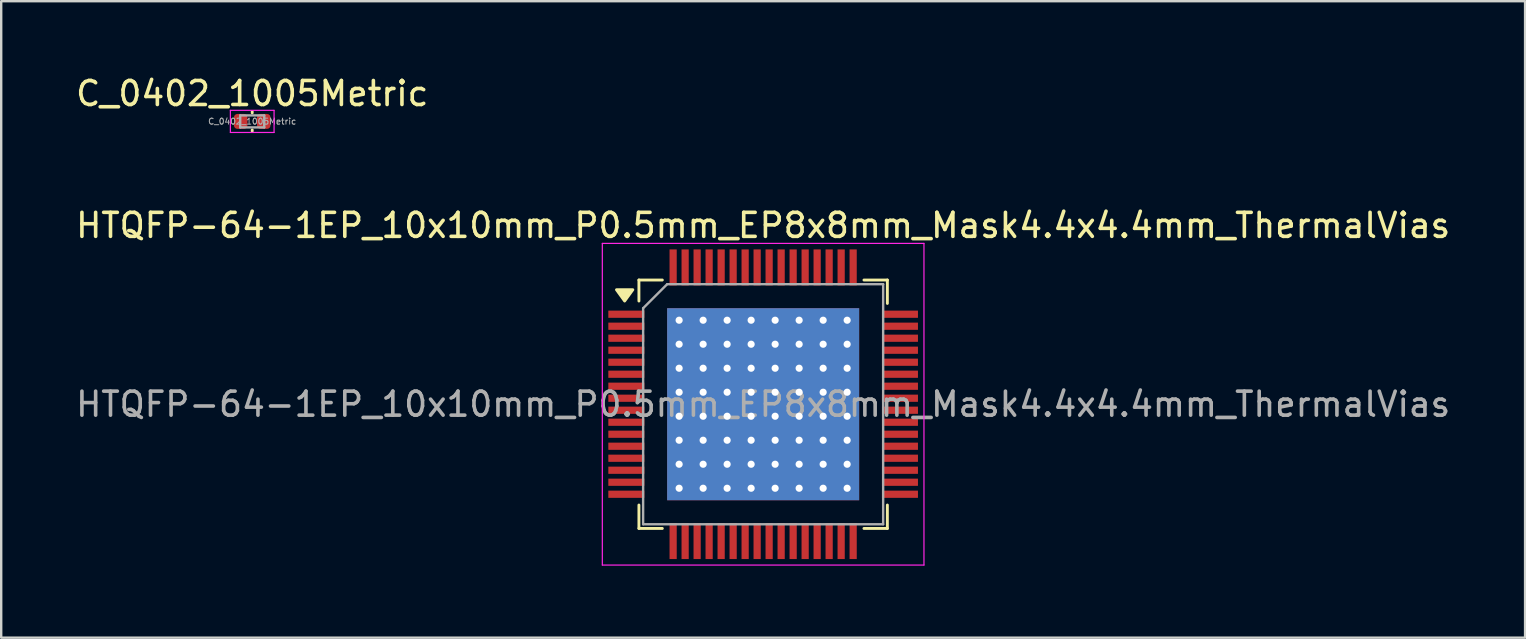
<source format=kicad_pcb>
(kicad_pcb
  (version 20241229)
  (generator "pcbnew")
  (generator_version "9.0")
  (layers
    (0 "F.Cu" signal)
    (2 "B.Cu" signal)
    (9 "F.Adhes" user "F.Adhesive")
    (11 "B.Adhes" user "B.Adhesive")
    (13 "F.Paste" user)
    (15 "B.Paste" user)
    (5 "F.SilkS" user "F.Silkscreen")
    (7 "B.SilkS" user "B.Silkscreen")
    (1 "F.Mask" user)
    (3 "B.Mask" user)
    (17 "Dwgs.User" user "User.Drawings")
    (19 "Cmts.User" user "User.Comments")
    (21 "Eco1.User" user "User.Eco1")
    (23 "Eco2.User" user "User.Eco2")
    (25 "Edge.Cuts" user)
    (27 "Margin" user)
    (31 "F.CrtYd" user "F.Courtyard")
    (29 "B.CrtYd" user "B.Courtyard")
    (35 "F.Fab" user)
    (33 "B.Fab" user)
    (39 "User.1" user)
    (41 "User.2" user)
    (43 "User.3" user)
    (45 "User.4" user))
  (footprint "C_0402_1005Metric"
    (layer "F.Cu")
    (at 7.458 2.008)
    (property "Reference" "C_0402_1005Metric" (at 0 -1.16 0) (layer "F.SilkS") (effects (font (size 1 1) (thickness 0.15))))
    (attr smd)
    (fp_line (start 0 -0.356) (end 0 -0.406) (stroke (width 0.12) (type solid)) (layer "F.SilkS"))
    (fp_line (start 0 0.406) (end 0 0.356) (stroke (width 0.12) (type solid)) (layer "F.SilkS"))
    (fp_line (start -0.91 -0.46) (end 0.91 -0.46) (stroke (width 0.05) (type solid)) (layer "F.CrtYd"))
    (fp_line (start -0.91 0.46) (end -0.91 -0.46) (stroke (width 0.05) (type solid)) (layer "F.CrtYd"))
    (fp_line (start 0.91 -0.46) (end 0.91 0.46) (stroke (width 0.05) (type solid)) (layer "F.CrtYd"))
    (fp_line (start 0.91 0.46) (end -0.91 0.46) (stroke (width 0.05) (type solid)) (layer "F.CrtYd"))
    (fp_line (start -0.5 -0.25) (end 0.5 -0.25) (stroke (width 0.1) (type solid)) (layer "F.Fab"))
    (fp_line (start -0.5 0.25) (end -0.5 -0.25) (stroke (width 0.1) (type solid)) (layer "F.Fab"))
    (fp_line (start 0.5 -0.25) (end 0.5 0.25) (stroke (width 0.1) (type solid)) (layer "F.Fab"))
    (fp_line (start 0.5 0.25) (end -0.5 0.25) (stroke (width 0.1) (type solid)) (layer "F.Fab"))
    (fp_text user "${REFERENCE}" (at 0 0 0) (layer "F.Fab") (effects (font (size 0.25 0.25) (thickness 0.04))))
    (pad "1" smd roundrect (at -0.48 0) (size 0.56 0.62) (layers "F.Cu" "F.Mask" "F.Paste") (roundrect_rratio 0.25))
    (pad "2" smd roundrect (at 0.48 0) (size 0.56 0.62) (layers "F.Cu" "F.Mask" "F.Paste") (roundrect_rratio 0.25)))
  (footprint "HTQFP-64-1EP_10x10mm_P0.5mm_EP8x8mm_Mask4.4x4.4mm_ThermalVias"
    (layer "F.Cu")
    (at 28.744 13.791)
    (property "Reference" "HTQFP-64-1EP_10x10mm_P0.5mm_EP8x8mm_Mask4.4x4.4mm_ThermalVias" (at 0 -7.45 0) (layer "F.SilkS") (effects (font (size 1 1) (thickness 0.15))))
    (attr smd)
    (fp_line (start -5.175 -5.175) (end -5.175 -4.3) (stroke (width 0.12) (type solid)) (layer "F.SilkS"))
    (fp_line (start -5.175 -5.175) (end -4.2 -5.175) (stroke (width 0.12) (type solid)) (layer "F.SilkS"))
    (fp_line (start -5.175 5.175) (end -5.175 4.2) (stroke (width 0.12) (type solid)) (layer "F.SilkS"))
    (fp_line (start -5.175 5.175) (end -4.2 5.175) (stroke (width 0.12) (type solid)) (layer "F.SilkS"))
    (fp_line (start 5.175 -5.175) (end 4.2 -5.175) (stroke (width 0.12) (type solid)) (layer "F.SilkS"))
    (fp_line (start 5.175 -5.175) (end 5.175 -4.2) (stroke (width 0.12) (type solid)) (layer "F.SilkS"))
    (fp_line (start 5.175 5.175) (end 4.2 5.175) (stroke (width 0.12) (type solid)) (layer "F.SilkS"))
    (fp_line (start 5.175 5.175) (end 5.175 4.2) (stroke (width 0.12) (type solid)) (layer "F.SilkS"))
    (fp_poly (pts (xy -5.77 -4.3) (xy -6.11 -4.77) (xy -5.43 -4.77) (xy -5.77 -4.3)) (stroke (width 0.12) (type solid)) (fill yes) (layer "F.SilkS"))
    (fp_line (start -6.7 -6.7) (end -6.7 6.7) (stroke (width 0.05) (type solid)) (layer "F.CrtYd"))
    (fp_line (start -6.7 -6.7) (end 6.7 -6.7) (stroke (width 0.05) (type solid)) (layer "F.CrtYd"))
    (fp_line (start -6.7 6.7) (end 6.7 6.7) (stroke (width 0.05) (type solid)) (layer "F.CrtYd"))
    (fp_line (start 6.7 -6.7) (end 6.7 6.7) (stroke (width 0.05) (type solid)) (layer "F.CrtYd"))
    (fp_line (start -5 -4) (end -4 -5) (stroke (width 0.1) (type solid)) (layer "F.Fab"))
    (fp_line (start -5 5) (end -5 -4) (stroke (width 0.1) (type solid)) (layer "F.Fab"))
    (fp_line (start -4 -5) (end 5 -5) (stroke (width 0.1) (type solid)) (layer "F.Fab"))
    (fp_line (start 5 -5) (end 5 5) (stroke (width 0.1) (type solid)) (layer "F.Fab"))
    (fp_line (start 5 5) (end -5 5) (stroke (width 0.1) (type solid)) (layer "F.Fab"))
    (fp_text user "${REFERENCE}" (at 0 0 0) (layer "F.Fab") (effects (font (size 1 1) (thickness 0.15))))
    (pad "" smd rect (at -1.1 -1.1 180) (size 1.75 1.75) (layers "F.Paste"))
    (pad "" smd rect (at -1.1 1.1 180) (size 1.75 1.75) (layers "F.Paste"))
    (pad "" smd rect (at 0 0 180) (size 4.4 4.4) (layers "F.Mask"))
    (pad "" smd rect (at 1.1 -1.1 180) (size 1.75 1.75) (layers "F.Paste"))
    (pad "" smd rect (at 1.1 1.1 180) (size 1.75 1.75) (layers "F.Paste"))
    (pad "1" smd rect (at -5.7 -3.75) (size 1.5 0.3) (layers "F.Cu" "F.Mask" "F.Paste"))
    (pad "2" smd rect (at -5.7 -3.25) (size 1.5 0.3) (layers "F.Cu" "F.Mask" "F.Paste"))
    (pad "3" smd rect (at -5.7 -2.75) (size 1.5 0.3) (layers "F.Cu" "F.Mask" "F.Paste"))
    (pad "4" smd rect (at -5.7 -2.25) (size 1.5 0.3) (layers "F.Cu" "F.Mask" "F.Paste"))
    (pad "5" smd rect (at -5.7 -1.75) (size 1.5 0.3) (layers "F.Cu" "F.Mask" "F.Paste"))
    (pad "6" smd rect (at -5.7 -1.25) (size 1.5 0.3) (layers "F.Cu" "F.Mask" "F.Paste"))
    (pad "7" smd rect (at -5.7 -0.75) (size 1.5 0.3) (layers "F.Cu" "F.Mask" "F.Paste"))
    (pad "8" smd rect (at -5.7 -0.25) (size 1.5 0.3) (layers "F.Cu" "F.Mask" "F.Paste"))
    (pad "9" smd rect (at -5.7 0.25) (size 1.5 0.3) (layers "F.Cu" "F.Mask" "F.Paste"))
    (pad "10" smd rect (at -5.7 0.75) (size 1.5 0.3) (layers "F.Cu" "F.Mask" "F.Paste"))
    (pad "11" smd rect (at -5.7 1.25) (size 1.5 0.3) (layers "F.Cu" "F.Mask" "F.Paste"))
    (pad "12" smd rect (at -5.7 1.75) (size 1.5 0.3) (layers "F.Cu" "F.Mask" "F.Paste"))
    (pad "13" smd rect (at -5.7 2.25) (size 1.5 0.3) (layers "F.Cu" "F.Mask" "F.Paste"))
    (pad "14" smd rect (at -5.7 2.75) (size 1.5 0.3) (layers "F.Cu" "F.Mask" "F.Paste"))
    (pad "15" smd rect (at -5.7 3.25) (size 1.5 0.3) (layers "F.Cu" "F.Mask" "F.Paste"))
    (pad "16" smd rect (at -5.7 3.75) (size 1.5 0.3) (layers "F.Cu" "F.Mask" "F.Paste"))
    (pad "17" smd rect (at -3.75 5.7 90) (size 1.5 0.3) (layers "F.Cu" "F.Mask" "F.Paste"))
    (pad "18" smd rect (at -3.25 5.7 90) (size 1.5 0.3) (layers "F.Cu" "F.Mask" "F.Paste"))
    (pad "19" smd rect (at -2.75 5.7 90) (size 1.5 0.3) (layers "F.Cu" "F.Mask" "F.Paste"))
    (pad "20" smd rect (at -2.25 5.7 90) (size 1.5 0.3) (layers "F.Cu" "F.Mask" "F.Paste"))
    (pad "21" smd rect (at -1.75 5.7 90) (size 1.5 0.3) (layers "F.Cu" "F.Mask" "F.Paste"))
    (pad "22" smd rect (at -1.25 5.7 90) (size 1.5 0.3) (layers "F.Cu" "F.Mask" "F.Paste"))
    (pad "23" smd rect (at -0.75 5.7 90) (size 1.5 0.3) (layers "F.Cu" "F.Mask" "F.Paste"))
    (pad "24" smd rect (at -0.25 5.7 90) (size 1.5 0.3) (layers "F.Cu" "F.Mask" "F.Paste"))
    (pad "25" smd rect (at 0.25 5.7 90) (size 1.5 0.3) (layers "F.Cu" "F.Mask" "F.Paste"))
    (pad "26" smd rect (at 0.75 5.7 90) (size 1.5 0.3) (layers "F.Cu" "F.Mask" "F.Paste"))
    (pad "27" smd rect (at 1.25 5.7 90) (size 1.5 0.3) (layers "F.Cu" "F.Mask" "F.Paste"))
    (pad "28" smd rect (at 1.75 5.7 90) (size 1.5 0.3) (layers "F.Cu" "F.Mask" "F.Paste"))
    (pad "29" smd rect (at 2.25 5.7 90) (size 1.5 0.3) (layers "F.Cu" "F.Mask" "F.Paste"))
    (pad "30" smd rect (at 2.75 5.7 90) (size 1.5 0.3) (layers "F.Cu" "F.Mask" "F.Paste"))
    (pad "31" smd rect (at 3.25 5.7 90) (size 1.5 0.3) (layers "F.Cu" "F.Mask" "F.Paste"))
    (pad "32" smd rect (at 3.75 5.7 90) (size 1.5 0.3) (layers "F.Cu" "F.Mask" "F.Paste"))
    (pad "33" smd rect (at 5.7 3.75) (size 1.5 0.3) (layers "F.Cu" "F.Mask" "F.Paste"))
    (pad "34" smd rect (at 5.7 3.25) (size 1.5 0.3) (layers "F.Cu" "F.Mask" "F.Paste"))
    (pad "35" smd rect (at 5.7 2.75) (size 1.5 0.3) (layers "F.Cu" "F.Mask" "F.Paste"))
    (pad "36" smd rect (at 5.7 2.25) (size 1.5 0.3) (layers "F.Cu" "F.Mask" "F.Paste"))
    (pad "37" smd rect (at 5.7 1.75) (size 1.5 0.3) (layers "F.Cu" "F.Mask" "F.Paste"))
    (pad "38" smd rect (at 5.7 1.25) (size 1.5 0.3) (layers "F.Cu" "F.Mask" "F.Paste"))
    (pad "39" smd rect (at 5.7 0.75) (size 1.5 0.3) (layers "F.Cu" "F.Mask" "F.Paste"))
    (pad "40" smd rect (at 5.7 0.25) (size 1.5 0.3) (layers "F.Cu" "F.Mask" "F.Paste"))
    (pad "41" smd rect (at 5.7 -0.25) (size 1.5 0.3) (layers "F.Cu" "F.Mask" "F.Paste"))
    (pad "42" smd rect (at 5.7 -0.75) (size 1.5 0.3) (layers "F.Cu" "F.Mask" "F.Paste"))
    (pad "43" smd rect (at 5.7 -1.25) (size 1.5 0.3) (layers "F.Cu" "F.Mask" "F.Paste"))
    (pad "44" smd rect (at 5.7 -1.75) (size 1.5 0.3) (layers "F.Cu" "F.Mask" "F.Paste"))
    (pad "45" smd rect (at 5.7 -2.25) (size 1.5 0.3) (layers "F.Cu" "F.Mask" "F.Paste"))
    (pad "46" smd rect (at 5.7 -2.75) (size 1.5 0.3) (layers "F.Cu" "F.Mask" "F.Paste"))
    (pad "47" smd rect (at 5.7 -3.25) (size 1.5 0.3) (layers "F.Cu" "F.Mask" "F.Paste"))
    (pad "48" smd rect (at 5.7 -3.75) (size 1.5 0.3) (layers "F.Cu" "F.Mask" "F.Paste"))
    (pad "49" smd rect (at 3.75 -5.7 90) (size 1.5 0.3) (layers "F.Cu" "F.Mask" "F.Paste"))
    (pad "50" smd rect (at 3.25 -5.7 90) (size 1.5 0.3) (layers "F.Cu" "F.Mask" "F.Paste"))
    (pad "51" smd rect (at 2.75 -5.7 90) (size 1.5 0.3) (layers "F.Cu" "F.Mask" "F.Paste"))
    (pad "52" smd rect (at 2.25 -5.7 90) (size 1.5 0.3) (layers "F.Cu" "F.Mask" "F.Paste"))
    (pad "53" smd rect (at 1.75 -5.7 90) (size 1.5 0.3) (layers "F.Cu" "F.Mask" "F.Paste"))
    (pad "54" smd rect (at 1.25 -5.7 90) (size 1.5 0.3) (layers "F.Cu" "F.Mask" "F.Paste"))
    (pad "55" smd rect (at 0.75 -5.7 90) (size 1.5 0.3) (layers "F.Cu" "F.Mask" "F.Paste"))
    (pad "56" smd rect (at 0.25 -5.7 90) (size 1.5 0.3) (layers "F.Cu" "F.Mask" "F.Paste"))
    (pad "57" smd rect (at -0.25 -5.7 90) (size 1.5 0.3) (layers "F.Cu" "F.Mask" "F.Paste"))
    (pad "58" smd rect (at -0.75 -5.7 90) (size 1.5 0.3) (layers "F.Cu" "F.Mask" "F.Paste"))
    (pad "59" smd rect (at -1.25 -5.7 90) (size 1.5 0.3) (layers "F.Cu" "F.Mask" "F.Paste"))
    (pad "60" smd rect (at -1.75 -5.7 90) (size 1.5 0.3) (layers "F.Cu" "F.Mask" "F.Paste"))
    (pad "61" smd rect (at -2.25 -5.7 90) (size 1.5 0.3) (layers "F.Cu" "F.Mask" "F.Paste"))
    (pad "62" smd rect (at -2.75 -5.7 90) (size 1.5 0.3) (layers "F.Cu" "F.Mask" "F.Paste"))
    (pad "63" smd rect (at -3.25 -5.7 90) (size 1.5 0.3) (layers "F.Cu" "F.Mask" "F.Paste"))
    (pad "64" smd rect (at -3.75 -5.7 90) (size 1.5 0.3) (layers "F.Cu" "F.Mask" "F.Paste"))
    (pad "65" thru_hole circle (at -3.5 -3.5 90) (size 0.5 0.5) (drill 0.3) (layers "*.Cu"))
    (pad "65" thru_hole circle (at -3.5 -2.5 90) (size 0.5 0.5) (drill 0.3) (layers "*.Cu"))
    (pad "65" thru_hole circle (at -3.5 -1.5 90) (size 0.5 0.5) (drill 0.3) (layers "*.Cu"))
    (pad "65" thru_hole circle (at -3.5 -0.5 90) (size 0.5 0.5) (drill 0.3) (layers "*.Cu"))
    (pad "65" thru_hole circle (at -3.5 0.5 90) (size 0.5 0.5) (drill 0.3) (layers "*.Cu"))
    (pad "65" thru_hole circle (at -3.5 1.5 90) (size 0.5 0.5) (drill 0.3) (layers "*.Cu"))
    (pad "65" thru_hole circle (at -3.5 2.5 90) (size 0.5 0.5) (drill 0.3) (layers "*.Cu"))
    (pad "65" thru_hole circle (at -3.5 3.5 90) (size 0.5 0.5) (drill 0.3) (layers "*.Cu"))
    (pad "65" thru_hole circle (at -2.5 -3.5 90) (size 0.5 0.5) (drill 0.3) (layers "*.Cu"))
    (pad "65" thru_hole circle (at -2.5 -2.5 90) (size 0.5 0.5) (drill 0.3) (layers "*.Cu"))
    (pad "65" thru_hole circle (at -2.5 -1.5 90) (size 0.5 0.5) (drill 0.3) (layers "*.Cu"))
    (pad "65" thru_hole circle (at -2.5 -0.5 90) (size 0.5 0.5) (drill 0.3) (layers "*.Cu"))
    (pad "65" thru_hole circle (at -2.5 0.5 90) (size 0.5 0.5) (drill 0.3) (layers "*.Cu"))
    (pad "65" thru_hole circle (at -2.5 1.5 90) (size 0.5 0.5) (drill 0.3) (layers "*.Cu"))
    (pad "65" thru_hole circle (at -2.5 2.5 90) (size 0.5 0.5) (drill 0.3) (layers "*.Cu"))
    (pad "65" thru_hole circle (at -2.5 3.5 90) (size 0.5 0.5) (drill 0.3) (layers "*.Cu"))
    (pad "65" thru_hole circle (at -1.5 -3.5 90) (size 0.5 0.5) (drill 0.3) (layers "*.Cu"))
    (pad "65" thru_hole circle (at -1.5 -2.5 90) (size 0.5 0.5) (drill 0.3) (layers "*.Cu"))
    (pad "65" thru_hole circle (at -1.5 -1.5 90) (size 0.5 0.5) (drill 0.3) (layers "*.Cu"))
    (pad "65" thru_hole circle (at -1.5 -0.5 90) (size 0.5 0.5) (drill 0.3) (layers "*.Cu"))
    (pad "65" thru_hole circle (at -1.5 0.5 90) (size 0.5 0.5) (drill 0.3) (layers "*.Cu"))
    (pad "65" thru_hole circle (at -1.5 1.5 90) (size 0.5 0.5) (drill 0.3) (layers "*.Cu"))
    (pad "65" thru_hole circle (at -1.5 2.5 90) (size 0.5 0.5) (drill 0.3) (layers "*.Cu"))
    (pad "65" thru_hole circle (at -1.5 3.5 90) (size 0.5 0.5) (drill 0.3) (layers "*.Cu"))
    (pad "65" thru_hole circle (at -0.5 -3.5 90) (size 0.5 0.5) (drill 0.3) (layers "*.Cu"))
    (pad "65" thru_hole circle (at -0.5 -2.5 90) (size 0.5 0.5) (drill 0.3) (layers "*.Cu"))
    (pad "65" thru_hole circle (at -0.5 -1.5 90) (size 0.5 0.5) (drill 0.3) (layers "*.Cu"))
    (pad "65" thru_hole circle (at -0.5 -0.5 90) (size 0.5 0.5) (drill 0.3) (layers "*.Cu"))
    (pad "65" thru_hole circle (at -0.5 0.5 90) (size 0.5 0.5) (drill 0.3) (layers "*.Cu"))
    (pad "65" thru_hole circle (at -0.5 1.5 90) (size 0.5 0.5) (drill 0.3) (layers "*.Cu"))
    (pad "65" thru_hole circle (at -0.5 2.5 90) (size 0.5 0.5) (drill 0.3) (layers "*.Cu"))
    (pad "65" thru_hole circle (at -0.5 3.5 90) (size 0.5 0.5) (drill 0.3) (layers "*.Cu"))
    (pad "65" smd rect (at 0 0 180) (size 8 8) (layers "F.Cu"))
    (pad "65" smd rect (at 0 0 180) (size 8 8) (layers "B.Cu"))
    (pad "65" thru_hole circle (at 0.5 -3.5 90) (size 0.5 0.5) (drill 0.3) (layers "*.Cu"))
    (pad "65" thru_hole circle (at 0.5 -2.5 90) (size 0.5 0.5) (drill 0.3) (layers "*.Cu"))
    (pad "65" thru_hole circle (at 0.5 -1.5 90) (size 0.5 0.5) (drill 0.3) (layers "*.Cu"))
    (pad "65" thru_hole circle (at 0.5 -0.5 90) (size 0.5 0.5) (drill 0.3) (layers "*.Cu"))
    (pad "65" thru_hole circle (at 0.5 0.5 90) (size 0.5 0.5) (drill 0.3) (layers "*.Cu"))
    (pad "65" thru_hole circle (at 0.5 1.5 90) (size 0.5 0.5) (drill 0.3) (layers "*.Cu"))
    (pad "65" thru_hole circle (at 0.5 2.5 90) (size 0.5 0.5) (drill 0.3) (layers "*.Cu"))
    (pad "65" thru_hole circle (at 0.5 3.5 90) (size 0.5 0.5) (drill 0.3) (layers "*.Cu"))
    (pad "65" thru_hole circle (at 1.5 -3.5 90) (size 0.5 0.5) (drill 0.3) (layers "*.Cu"))
    (pad "65" thru_hole circle (at 1.5 -2.5 90) (size 0.5 0.5) (drill 0.3) (layers "*.Cu"))
    (pad "65" thru_hole circle (at 1.5 -1.5 90) (size 0.5 0.5) (drill 0.3) (layers "*.Cu"))
    (pad "65" thru_hole circle (at 1.5 -0.5 90) (size 0.5 0.5) (drill 0.3) (layers "*.Cu"))
    (pad "65" thru_hole circle (at 1.5 0.5 90) (size 0.5 0.5) (drill 0.3) (layers "*.Cu"))
    (pad "65" thru_hole circle (at 1.5 1.5 90) (size 0.5 0.5) (drill 0.3) (layers "*.Cu"))
    (pad "65" thru_hole circle (at 1.5 2.5 90) (size 0.5 0.5) (drill 0.3) (layers "*.Cu"))
    (pad "65" thru_hole circle (at 1.5 3.5 90) (size 0.5 0.5) (drill 0.3) (layers "*.Cu"))
    (pad "65" thru_hole circle (at 2.5 -3.5 90) (size 0.5 0.5) (drill 0.3) (layers "*.Cu"))
    (pad "65" thru_hole circle (at 2.5 -2.5 90) (size 0.5 0.5) (drill 0.3) (layers "*.Cu"))
    (pad "65" thru_hole circle (at 2.5 -1.5 90) (size 0.5 0.5) (drill 0.3) (layers "*.Cu"))
    (pad "65" thru_hole circle (at 2.5 -0.5 90) (size 0.5 0.5) (drill 0.3) (layers "*.Cu"))
    (pad "65" thru_hole circle (at 2.5 0.5 90) (size 0.5 0.5) (drill 0.3) (layers "*.Cu"))
    (pad "65" thru_hole circle (at 2.5 1.5 90) (size 0.5 0.5) (drill 0.3) (layers "*.Cu"))
    (pad "65" thru_hole circle (at 2.5 2.5 90) (size 0.5 0.5) (drill 0.3) (layers "*.Cu"))
    (pad "65" thru_hole circle (at 2.5 3.5 90) (size 0.5 0.5) (drill 0.3) (layers "*.Cu"))
    (pad "65" thru_hole circle (at 3.5 -3.5 90) (size 0.5 0.5) (drill 0.3) (layers "*.Cu"))
    (pad "65" thru_hole circle (at 3.5 -2.5 90) (size 0.5 0.5) (drill 0.3) (layers "*.Cu"))
    (pad "65" thru_hole circle (at 3.5 -1.5 90) (size 0.5 0.5) (drill 0.3) (layers "*.Cu"))
    (pad "65" thru_hole circle (at 3.5 -0.5 90) (size 0.5 0.5) (drill 0.3) (layers "*.Cu"))
    (pad "65" thru_hole circle (at 3.5 0.5 90) (size 0.5 0.5) (drill 0.3) (layers "*.Cu"))
    (pad "65" thru_hole circle (at 3.5 1.5 90) (size 0.5 0.5) (drill 0.3) (layers "*.Cu"))
    (pad "65" thru_hole circle (at 3.5 2.5 90) (size 0.5 0.5) (drill 0.3) (layers "*.Cu"))
    (pad "65" thru_hole circle (at 3.5 3.5 90) (size 0.5 0.5) (drill 0.3) (layers "*.Cu")))
  (gr_rect
    (start -3 -3)
    (end 60.488 23.517)
    (stroke (width 0.1) (type default))
    (fill no)
    (layer "Edge.Cuts")))
</source>
